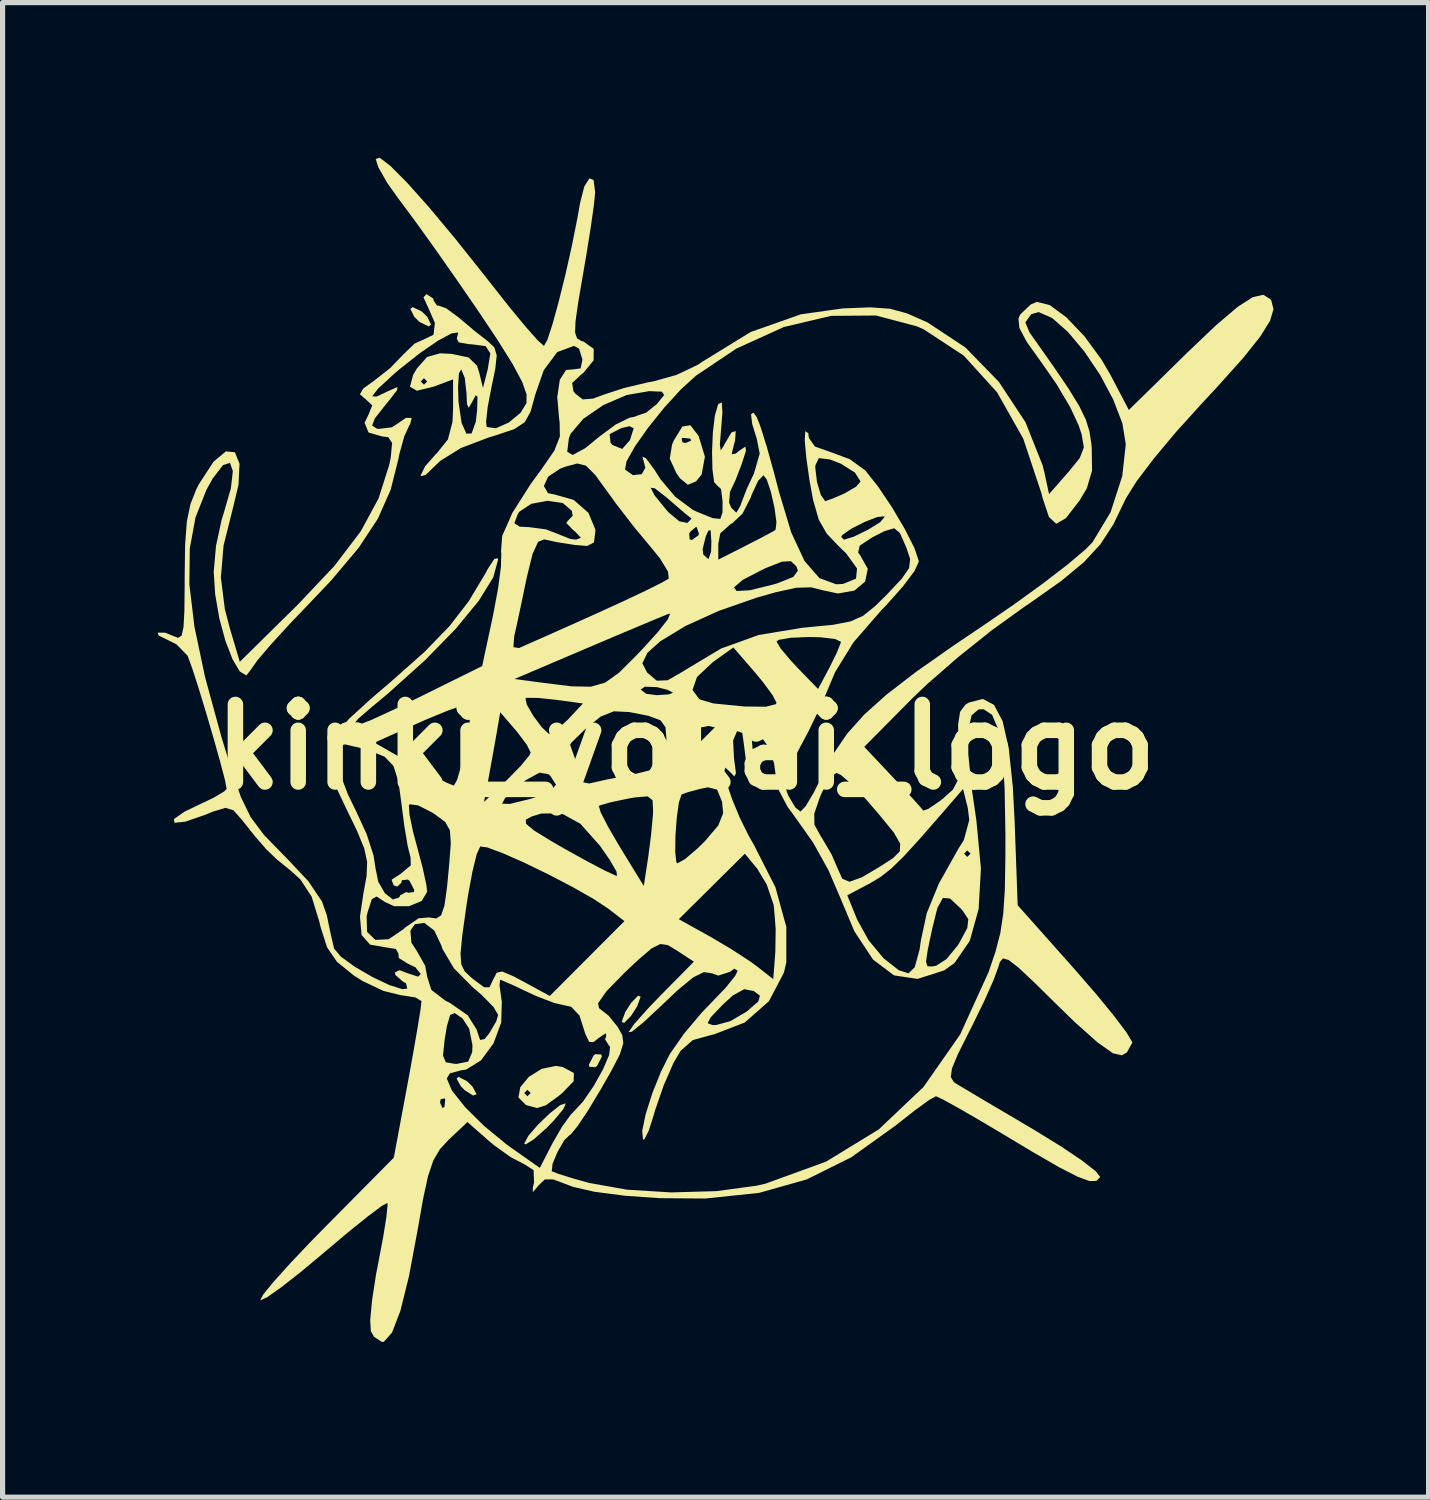
<source format=kicad_pcb>
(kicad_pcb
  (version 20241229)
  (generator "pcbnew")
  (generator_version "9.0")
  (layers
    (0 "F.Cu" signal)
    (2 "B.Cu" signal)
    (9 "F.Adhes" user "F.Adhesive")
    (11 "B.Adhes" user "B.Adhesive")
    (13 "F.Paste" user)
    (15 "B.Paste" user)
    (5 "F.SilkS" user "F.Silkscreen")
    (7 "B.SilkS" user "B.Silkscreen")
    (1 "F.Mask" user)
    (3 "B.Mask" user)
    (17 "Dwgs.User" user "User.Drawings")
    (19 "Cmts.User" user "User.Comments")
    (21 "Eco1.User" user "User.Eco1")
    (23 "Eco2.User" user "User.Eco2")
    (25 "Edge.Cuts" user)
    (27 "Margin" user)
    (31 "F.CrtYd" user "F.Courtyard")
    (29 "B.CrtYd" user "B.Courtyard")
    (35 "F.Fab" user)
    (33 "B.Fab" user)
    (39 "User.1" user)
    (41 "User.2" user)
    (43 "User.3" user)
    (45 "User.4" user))
  (footprint "kinki_yokai_logo"
    (layer "F.Cu")
    (at 10.218 11.398)
    (property "Reference" "kinki_yokai_logo" (at 0 0 0) (layer "F.SilkS") (effects (font (size 1.5 1.5) (thickness 0.3))))
    (attr board_only exclude_from_pos_files exclude_from_bom)
    (fp_poly (pts (xy -5.109 -8.422) (xy -5.005 -8.321) (xy -4.93 -8.17) (xy -4.974 -8.133) (xy -5.151 -8.219) (xy -5.255 -8.321) (xy -5.33 -8.472) (xy -5.286 -8.508)) (stroke (width 0) (type solid)) (fill yes) (layer "F.SilkS"))
    (fp_poly (pts (xy -4.232 6.467) (xy -4.129 6.569) (xy -4.048 6.719) (xy -4.12 6.742) (xy -4.28 6.639) (xy -4.353 6.564) (xy -4.436 6.417) (xy -4.4 6.381)) (stroke (width 0) (type solid)) (fill yes) (layer "F.SilkS"))
    (fp_poly (pts (xy -1.636 5.949) (xy -1.627 5.991) (xy -1.718 6.168) (xy -1.752 6.194) (xy -1.867 6.188) (xy -1.877 6.146) (xy -1.786 5.969) (xy -1.752 5.943)) (stroke (width 0) (type solid)) (fill yes) (layer "F.SilkS"))
    (fp_poly (pts (xy -0.876 4.832) (xy -0.945 5.021) (xy -1.06 5.2) (xy -1.196 5.339) (xy -1.243 5.318) (xy -1.174 5.129) (xy -1.06 4.95) (xy -0.924 4.811)) (stroke (width 0) (type solid)) (fill yes) (layer "F.SilkS"))
    (fp_poly (pts (xy -2.371 7.005) (xy -2.555 7.226) (xy -2.697 7.372) (xy -2.944 7.591) (xy -3.1 7.688) (xy -3.128 7.673) (xy -3.05 7.525) (xy -2.862 7.307) (xy -2.631 7.085) (xy -2.428 6.926) (xy -2.323 6.894)) (stroke (width 0) (type solid)) (fill yes) (layer "F.SilkS"))
    (fp_poly (pts (xy -2.383 6.192) (xy -2.168 6.307) (xy -2.172 6.467) (xy -2.398 6.7) (xy -2.457 6.748) (xy -2.712 6.933) (xy -2.882 6.985) (xy -3.074 6.933) (xy -3.097 6.924) (xy -3.24 6.78) (xy -3.224 6.694) (xy -3.128 6.694) (xy -3.066 6.757) (xy -3.003 6.694) (xy -3.066 6.632) (xy -3.128 6.694) (xy -3.224 6.694) (xy -3.204 6.582) (xy -3.039 6.382) (xy -2.792 6.227) (xy -2.514 6.17)) (stroke (width 0) (type solid)) (fill yes) (layer "F.SilkS"))
    (fp_poly (pts (xy 0.246 -6.014) (xy 0.367 -5.614) (xy 0.304 -5.27) (xy 0.196 -5.137) (xy 0.038 -5.071) (xy -0.115 -5.196) (xy -0.184 -5.294) (xy -0.313 -5.575) (xy -0.268 -5.849) (xy -0.234 -5.928) (xy -0.212 -5.964) (xy -0.083 -5.964) (xy -0.066 -5.89) (xy 0 -5.881) (xy 0.103 -5.927) (xy 0.083 -5.964) (xy -0.065 -5.979) (xy -0.083 -5.964) (xy -0.212 -5.964) (xy -0.069 -6.197) (xy 0.085 -6.223)) (stroke (width 0) (type solid)) (fill yes) (layer "F.SilkS"))
    (fp_poly (pts (xy -5.719 -11.241) (xy -5.396 -10.917) (xy -4.973 -10.443) (xy -4.468 -9.838) (xy -3.894 -9.118) (xy -3.785 -8.978) (xy -3.416 -8.511) (xy -3.099 -8.126) (xy -2.865 -7.863) (xy -2.748 -7.758) (xy -2.745 -7.758) (xy -2.681 -7.871) (xy -2.581 -8.177) (xy -2.459 -8.621) (xy -2.328 -9.149) (xy -2.203 -9.709) (xy -2.096 -10.246) (xy -2.048 -10.52) (xy -1.966 -10.841) (xy -1.867 -10.998) (xy -1.786 -10.967) (xy -1.756 -10.729) (xy -1.779 -10.49) (xy -1.838 -10.072) (xy -1.922 -9.543) (xy -1.985 -9.174) (xy -2.083 -8.603) (xy -2.136 -8.231) (xy -2.144 -8.013) (xy -2.106 -7.903) (xy -2.023 -7.853) (xy -1.98 -7.841) (xy -1.784 -7.7) (xy -1.786 -7.477) (xy -1.982 -7.237) (xy -2.022 -7.207) (xy -2.201 -7.039) (xy -2.177 -6.884) (xy -2.14 -6.834) (xy -1.996 -6.722) (xy -1.795 -6.738) (xy -1.588 -6.815) (xy -1.202 -6.941) (xy -0.741 -7.051) (xy -0.628 -7.071) (xy -0.182 -7.196) (xy 0.228 -7.391) (xy 0.311 -7.447) (xy 1.25 -8.025) (xy 2.223 -8.368) (xy 3.032 -8.482) (xy 3.562 -8.503) (xy 3.943 -8.477) (xy 4.275 -8.387) (xy 4.658 -8.218) (xy 4.678 -8.208) (xy 5.406 -7.727) (xy 6.053 -7.062) (xy 6.568 -6.281) (xy 6.9 -5.446) (xy 6.938 -5.292) (xy 7.024 -4.891) (xy 7.394 -5.312) (xy 7.618 -5.588) (xy 7.697 -5.794) (xy 7.655 -6.043) (xy 7.597 -6.219) (xy 7.433 -6.572) (xy 7.169 -7.017) (xy 6.882 -7.43) (xy 6.592 -7.836) (xy 6.45 -8.105) (xy 6.432 -8.287) (xy 6.465 -8.363) (xy 6.669 -8.558) (xy 6.789 -8.609) (xy 7.039 -8.546) (xy 7.361 -8.308) (xy 7.71 -7.941) (xy 8.039 -7.492) (xy 8.209 -7.201) (xy 8.567 -6.518) (xy 9.709 -7.638) (xy 10.26 -8.162) (xy 10.671 -8.511) (xy 10.966 -8.701) (xy 11.169 -8.746) (xy 11.305 -8.66) (xy 11.324 -8.632) (xy 11.365 -8.467) (xy 11.299 -8.244) (xy 11.109 -7.938) (xy 10.778 -7.523) (xy 10.288 -6.976) (xy 9.983 -6.648) (xy 9.487 -6.1) (xy 9.051 -5.579) (xy 8.712 -5.131) (xy 8.509 -4.806) (xy 8.493 -4.772) (xy 8.267 -4.303) (xy 8.017 -3.92) (xy 7.696 -3.572) (xy 7.259 -3.21) (xy 6.657 -2.785) (xy 6.534 -2.702) (xy 5.917 -2.257) (xy 5.259 -1.732) (xy 4.659 -1.208) (xy 4.383 -0.944) (xy 3.449 -0.002) (xy 4.008 0.591) (xy 4.298 0.901) (xy 4.509 1.133) (xy 4.592 1.232) (xy 4.694 1.195) (xy 4.915 1.044) (xy 4.967 1.004) (xy 5.165 0.825) (xy 5.263 0.636) (xy 5.289 0.35) (xy 5.275 -0.001) (xy 5.264 -0.43) (xy 5.303 -0.679) (xy 5.407 -0.818) (xy 5.47 -0.857) (xy 5.742 -0.929) (xy 5.959 -0.814) (xy 6.125 -0.5) (xy 6.245 0.029) (xy 6.324 0.783) (xy 6.358 1.437) (xy 6.417 3.062) (xy 7.525 4.308) (xy 7.936 4.782) (xy 8.278 5.199) (xy 8.52 5.52) (xy 8.63 5.704) (xy 8.633 5.721) (xy 8.532 5.906) (xy 8.435 5.965) (xy 8.261 5.926) (xy 7.96 5.714) (xy 7.521 5.322) (xy 7.18 4.991) (xy 6.734 4.551) (xy 6.431 4.267) (xy 6.242 4.121) (xy 6.133 4.091) (xy 6.074 4.158) (xy 6.044 4.254) (xy 5.949 4.512) (xy 5.771 4.913) (xy 5.544 5.379) (xy 5.493 5.479) (xy 5.265 5.933) (xy 5.146 6.218) (xy 5.123 6.385) (xy 5.183 6.483) (xy 5.233 6.517) (xy 5.419 6.628) (xy 5.77 6.837) (xy 6.236 7.112) (xy 6.757 7.42) (xy 7.256 7.727) (xy 7.658 7.998) (xy 7.923 8.204) (xy 8.013 8.318) (xy 8.012 8.321) (xy 7.94 8.395) (xy 7.806 8.397) (xy 7.576 8.313) (xy 7.221 8.131) (xy 6.708 7.835) (xy 6.245 7.557) (xy 5.731 7.251) (xy 5.296 6.999) (xy 4.984 6.826) (xy 4.838 6.757) (xy 4.835 6.757) (xy 4.703 6.83) (xy 4.436 7.024) (xy 4.088 7.297) (xy 4.06 7.32) (xy 3.199 7.937) (xy 2.336 8.366) (xy 1.414 8.626) (xy 0.374 8.735) (xy -0.5 8.729) (xy -1.184 8.681) (xy -1.767 8.605) (xy -2.183 8.51) (xy -2.262 8.48) (xy -2.563 8.366) (xy -2.728 8.365) (xy -2.849 8.479) (xy -2.859 8.492) (xy -2.962 8.613) (xy -2.961 8.521) (xy -2.938 8.425) (xy -2.946 8.206) (xy -2.596 8.206) (xy -2.594 8.208) (xy -2.46 8.261) (xy -2.157 8.354) (xy -1.87 8.434) (xy -1.141 8.564) (xy -0.285 8.617) (xy 0.586 8.592) (xy 1.361 8.488) (xy 1.54 8.447) (xy 2.71 8.022) (xy 3.729 7.399) (xy 4.594 6.579) (xy 5.303 5.565) (xy 5.852 4.36) (xy 5.856 4.35) (xy 5.99 3.954) (xy 6.081 3.601) (xy 6.138 3.226) (xy 6.168 2.766) (xy 6.179 2.159) (xy 6.18 1.689) (xy 6.164 0.789) (xy 6.119 0.117) (xy 6.039 -0.346) (xy 5.921 -0.622) (xy 5.759 -0.729) (xy 5.661 -0.726) (xy 5.526 -0.613) (xy 5.46 -0.328) (xy 5.462 0.148) (xy 5.533 0.834) (xy 5.618 1.422) (xy 5.706 2.35) (xy 5.662 3.134) (xy 5.49 3.752) (xy 5.194 4.181) (xy 4.994 4.323) (xy 4.481 4.487) (xy 4.025 4.419) (xy 3.619 4.113) (xy 3.258 3.566) (xy 2.986 2.919) (xy 2.965 2.87) (xy 3.121 2.87) (xy 3.314 3.343) (xy 3.533 3.739) (xy 3.821 4.086) (xy 4.117 4.319) (xy 4.306 4.379) (xy 4.427 4.26) (xy 4.455 4.155) (xy 4.644 4.155) (xy 4.672 4.244) (xy 4.767 4.246) (xy 4.842 4.232) (xy 5.04 4.103) (xy 5.258 3.839) (xy 5.294 3.779) (xy 5.443 3.501) (xy 5.462 3.332) (xy 5.354 3.168) (xy 5.313 3.123) (xy 5.109 2.932) (xy 4.97 2.921) (xy 4.864 3.115) (xy 4.765 3.51) (xy 4.677 3.929) (xy 4.644 4.155) (xy 4.455 4.155) (xy 4.519 3.921) (xy 4.545 3.743) (xy 4.658 3.216) (xy 4.89 2.648) (xy 5.216 2.065) (xy 5.38 2.065) (xy 5.443 2.127) (xy 5.505 2.065) (xy 5.443 2.002) (xy 5.38 2.065) (xy 5.216 2.065) (xy 5.266 1.976) (xy 5.375 1.802) (xy 5.481 1.413) (xy 5.451 1.177) (xy 5.36 0.814) (xy 4.964 1.273) (xy 4.527 1.773) (xy 4.21 2.12) (xy 3.971 2.353) (xy 3.771 2.511) (xy 3.568 2.634) (xy 3.528 2.655) (xy 3.121 2.87) (xy 2.965 2.87) (xy 2.757 2.385) (xy 2.462 1.854) (xy 2.221 1.511) (xy 2.063 1.291) (xy 2.482 1.291) (xy 2.485 1.504) (xy 2.607 1.725) (xy 2.625 1.752) (xy 2.818 2.08) (xy 2.932 2.346) (xy 3.024 2.549) (xy 3.164 2.608) (xy 3.404 2.522) (xy 3.76 2.311) (xy 4.006 2.151) (xy 4.137 2.02) (xy 4.144 1.868) (xy 4.017 1.65) (xy 3.745 1.317) (xy 3.491 1.022) (xy 3.22 0.733) (xy 3 0.544) (xy 2.91 0.5) (xy 2.786 0.606) (xy 2.636 0.868) (xy 2.592 0.97) (xy 2.482 1.291) (xy 2.063 1.291) (xy 1.964 1.155) (xy 1.794 0.832) (xy 1.752 0.667) (xy 1.705 0.316) (xy 1.59 -0.008) (xy 1.443 -0.216) (xy 1.364 -0.25) (xy 1.275 -0.142) (xy 1.296 0.131) (xy 1.32 0.387) (xy 1.254 0.439) (xy 1.249 0.437) (xy 1.161 0.269) (xy 1.126 -0.015) (xy 1.09 -0.271) (xy 0.99 -0.306) (xy 0.912 -0.124) (xy 0.93 0.223) (xy 0.932 0.233) (xy 0.968 0.51) (xy 0.935 0.57) (xy 0.87 0.5) (xy 0.762 0.399) (xy 0.739 0.48) (xy 0.787 0.698) (xy 0.892 1.007) (xy 1.038 1.361) (xy 1.211 1.713) (xy 1.315 1.894) (xy 1.731 2.715) (xy 1.942 3.482) (xy 1.942 4.168) (xy 1.895 4.367) (xy 1.606 4.918) (xy 1.137 5.331) (xy 0.54 5.561) (xy 0.501 5.568) (xy 0.132 5.671) (xy -0.103 5.878) (xy -0.241 6.112) (xy -0.429 6.544) (xy -0.596 7.026) (xy -0.621 7.114) (xy -0.72 7.424) (xy -0.803 7.588) (xy -0.83 7.595) (xy -0.846 7.428) (xy -0.779 7.105) (xy -0.65 6.698) (xy -0.482 6.279) (xy -0.313 5.943) (xy -0.044 5.556) (xy 0.133 5.344) (xy 0.419 5.344) (xy 0.512 5.379) (xy 0.58 5.38) (xy 0.857 5.305) (xy 1.169 5.123) (xy 1.185 5.111) (xy 1.4 4.923) (xy 1.431 4.812) (xy 1.312 4.721) (xy 1.126 4.686) (xy 0.903 4.81) (xy 0.707 4.991) (xy 0.479 5.23) (xy 0.419 5.344) (xy 0.133 5.344) (xy 0.309 5.136) (xy 0.49 4.948) (xy 0.769 4.658) (xy 0.955 4.425) (xy 1.001 4.329) (xy 0.935 4.288) (xy 0.857 4.348) (xy 0.626 4.423) (xy 0.499 4.378) (xy 0.347 4.356) (xy 0.141 4.457) (xy -0.159 4.704) (xy -0.421 4.952) (xy -0.816 5.322) (xy -1.046 5.508) (xy -1.11 5.518) (xy -1.002 5.361) (xy -0.719 5.044) (xy -0.486 4.802) (xy 0.154 4.154) (xy -0.175 3.938) (xy -0.351 3.833) (xy -0.494 3.812) (xy -0.664 3.897) (xy -0.918 4.114) (xy -1.176 4.356) (xy -1.534 4.722) (xy -1.7 4.959) (xy -1.681 5.053) (xy -1.494 5.199) (xy -1.319 5.417) (xy -1.23 5.577) (xy -1.212 5.735) (xy -1.279 5.949) (xy -1.449 6.276) (xy -1.641 6.612) (xy -1.889 7.024) (xy -2.096 7.335) (xy -2.228 7.496) (xy -2.248 7.507) (xy -2.352 7.605) (xy -2.481 7.827) (xy -2.58 8.063) (xy -2.596 8.206) (xy -2.946 8.206) (xy -2.947 8.186) (xy -3.131 8.069) (xy -3.39 7.935) (xy -3.713 7.703) (xy -3.811 7.621) (xy -4.226 7.256) (xy -4.592 7.601) (xy -4.76 7.783) (xy -4.886 7.998) (xy -4.988 8.3) (xy -5.085 8.745) (xy -5.186 9.322) (xy -5.357 10.238) (xy -5.523 10.907) (xy -5.685 11.328) (xy -5.843 11.505) (xy -5.878 11.511) (xy -6.033 11.41) (xy -6.095 11.301) (xy -6.107 11.089) (xy -6.071 10.702) (xy -5.995 10.208) (xy -5.951 9.981) (xy -5.857 9.486) (xy -5.794 9.093) (xy -5.771 8.86) (xy -5.776 8.821) (xy -5.884 8.879) (xy -6.142 9.072) (xy -6.513 9.37) (xy -6.959 9.745) (xy -6.993 9.774) (xy -7.444 10.151) (xy -7.827 10.451) (xy -8.102 10.645) (xy -8.231 10.703) (xy -8.234 10.702) (xy -8.177 10.592) (xy -7.97 10.339) (xy -7.642 9.975) (xy -7.222 9.533) (xy -6.979 9.286) (xy -5.651 7.945) (xy -5.452 6.882) (xy -4.755 6.882) (xy -4.709 6.985) (xy -4.671 6.965) (xy -4.656 6.817) (xy -4.671 6.798) (xy -4.746 6.816) (xy -4.755 6.882) (xy -5.452 6.882) (xy -5.377 6.478) (xy -5.365 6.413) (xy -4.626 6.413) (xy -4.528 6.644) (xy -4.272 6.967) (xy -3.906 7.33) (xy -3.477 7.682) (xy -3.384 7.75) (xy -2.826 8.143) (xy -2.583 7.669) (xy -2.394 7.342) (xy -2.223 7.107) (xy -2.184 7.069) (xy -1.991 6.86) (xy -1.785 6.56) (xy -1.604 6.237) (xy -1.486 5.96) (xy -1.467 5.798) (xy -1.485 5.782) (xy -1.564 5.657) (xy -1.541 5.589) (xy -1.548 5.538) (xy -1.664 5.613) (xy -1.791 5.711) (xy -1.872 5.705) (xy -1.946 5.551) (xy -2.056 5.206) (xy -2.061 5.193) (xy -2.22 5.026) (xy -2.317 5.005) (xy -2.545 4.953) (xy -2.887 4.822) (xy -3.033 4.755) (xy -3.35 4.606) (xy -3.557 4.516) (xy -3.595 4.504) (xy -3.605 4.612) (xy -3.57 4.877) (xy -3.561 4.927) (xy -3.573 5.33) (xy -3.722 5.734) (xy -3.964 6.063) (xy -4.252 6.241) (xy -4.348 6.255) (xy -4.566 6.314) (xy -4.626 6.413) (xy -5.365 6.413) (xy -5.284 5.968) (xy -4.699 5.968) (xy -4.644 6.1) (xy -4.466 6.131) (xy -4.434 6.131) (xy -4.212 6.087) (xy -4.134 5.903) (xy -4.129 5.771) (xy -4.192 5.452) (xy -4.32 5.253) (xy -4.471 5.148) (xy -4.56 5.183) (xy -4.623 5.398) (xy -4.667 5.662) (xy -4.699 5.968) (xy -5.284 5.968) (xy -5.272 5.898) (xy -5.187 5.411) (xy -5.132 5.066) (xy -5.115 4.916) (xy -5.234 4.845) (xy -5.503 4.803) (xy -5.518 4.802) (xy -5.855 4.718) (xy -6.256 4.527) (xy -6.425 4.42) (xy -6.751 4.155) (xy -6.943 3.874) (xy -7.071 3.468) (xy -7.09 3.384) (xy -7.239 2.898) (xy -7.458 2.562) (xy -7.651 2.388) (xy -7.911 2.177) (xy -8.115 1.982) (xy -8.336 1.728) (xy -8.596 1.401) (xy -8.753 1.225) (xy -8.904 1.178) (xy -9.147 1.25) (xy -9.302 1.314) (xy -9.685 1.446) (xy -9.892 1.467) (xy -9.905 1.397) (xy -9.702 1.254) (xy -9.478 1.146) (xy -9.143 0.986) (xy -8.927 0.858) (xy -8.884 0.811) (xy -8.918 0.634) (xy -9.01 0.284) (xy -9.138 -0.172) (xy -9.284 -0.67) (xy -9.428 -1.142) (xy -9.551 -1.524) (xy -9.634 -1.749) (xy -9.643 -1.768) (xy -9.855 -1.985) (xy -10.019 -2.067) (xy -10.199 -2.155) (xy -10.218 -2.211) (xy -10.073 -2.21) (xy -9.927 -2.15) (xy -9.823 -2.11) (xy -9.756 -2.152) (xy -9.718 -2.316) (xy -9.701 -2.642) (xy -9.696 -3.145) (xy -9.605 -3.145) (xy -9.507 -2.325) (xy -9.302 -1.353) (xy -8.987 -0.2) (xy -8.796 0.426) (xy -8.61 0.965) (xy -8.42 1.357) (xy -8.163 1.701) (xy -7.782 2.093) (xy -7.758 2.115) (xy -7.305 2.596) (xy -7.04 2.989) (xy -6.947 3.253) (xy -6.873 3.612) (xy -6.808 3.889) (xy -6.804 3.902) (xy -6.676 4.055) (xy -6.408 4.25) (xy -6.072 4.446) (xy -5.74 4.605) (xy -5.485 4.686) (xy -5.389 4.674) (xy -5.415 4.571) (xy -5.474 4.539) (xy -5.619 4.412) (xy -5.631 4.364) (xy -5.541 4.318) (xy -5.38 4.379) (xy -5.179 4.444) (xy -5.13 4.392) (xy -5.233 4.262) (xy -5.382 4.191) (xy -5.553 4.083) (xy -5.562 3.995) (xy -5.611 3.908) (xy -5.796 3.879) (xy -6.109 3.824) (xy -6.274 3.637) (xy -6.305 3.284) (xy -6.304 3.274) (xy -6.176 3.274) (xy -6.168 3.577) (xy -6.007 3.732) (xy -5.751 3.72) (xy -5.506 3.554) (xy -5.33 3.554) (xy -5.31 3.787) (xy -5.205 3.947) (xy -5.044 4.231) (xy -5.005 4.445) (xy -4.924 4.7) (xy -4.651 4.909) (xy -4.566 4.951) (xy -4.222 5.19) (xy -4.051 5.462) (xy -3.982 5.668) (xy -3.895 5.651) (xy -3.806 5.541) (xy -3.667 5.305) (xy -3.633 5.182) (xy -3.721 5.032) (xy -3.95 4.798) (xy -4.126 4.647) (xy -4.487 4.283) (xy -4.656 3.997) (xy -4.36 3.997) (xy -4.345 4.207) (xy -4.278 4.343) (xy -4.152 4.461) (xy -4.115 4.491) (xy -3.903 4.649) (xy -3.8 4.649) (xy -3.729 4.501) (xy -3.661 4.367) (xy -3.553 4.344) (xy -3.335 4.437) (xy -3.137 4.543) (xy -2.633 4.817) (xy -1.911 4.093) (xy -1.189 3.369) (xy -1.238 3.332) (xy -0.138 3.332) (xy 0.463 3.666) (xy 0.87 3.906) (xy 1.236 4.144) (xy 1.376 4.246) (xy 1.689 4.492) (xy 1.729 3.969) (xy 1.736 3.523) (xy 1.703 3.102) (xy 1.694 3.046) (xy 1.562 2.659) (xy 1.379 2.355) (xy 1.14 2.065) (xy 0.501 2.698) (xy -0.138 3.332) (xy -1.238 3.332) (xy -1.501 3.129) (xy -1.79 2.938) (xy -2.195 2.708) (xy -2.659 2.466) (xy -3.126 2.239) (xy -3.54 2.056) (xy -3.845 1.943) (xy -3.98 1.925) (xy -4.046 2.072) (xy -4.129 2.407) (xy -4.215 2.871) (xy -4.253 3.121) (xy -4.327 3.654) (xy -4.36 3.997) (xy -4.656 3.997) (xy -4.708 3.91) (xy -4.729 3.844) (xy -4.868 3.551) (xy -5.061 3.403) (xy -5.245 3.43) (xy -5.33 3.554) (xy -5.506 3.554) (xy -5.462 3.524) (xy -5.436 3.496) (xy -5.171 3.315) (xy -4.971 3.298) (xy -4.829 3.318) (xy -4.735 3.257) (xy -4.671 3.07) (xy -4.621 2.712) (xy -4.581 2.294) (xy -4.548 1.868) (xy -4.565 1.613) (xy -4.656 1.452) (xy -4.718 1.406) (xy -3.097 1.406) (xy -3.093 1.487) (xy -2.94 1.615) (xy -2.61 1.818) (xy -2.351 1.968) (xy -1.92 2.207) (xy -1.572 2.39) (xy -1.362 2.487) (xy -1.333 2.495) (xy -1.344 2.409) (xy -1.477 2.179) (xy -1.666 1.908) (xy -2.042 1.486) (xy -2.404 1.286) (xy -2.797 1.288) (xy -2.981 1.344) (xy -3.097 1.406) (xy -4.718 1.406) (xy -4.847 1.309) (xy -4.914 1.266) (xy -5.155 1.143) (xy -1.685 1.143) (xy -1.649 1.265) (xy -1.508 1.54) (xy -1.292 1.911) (xy -1.274 1.941) (xy -0.815 2.69) (xy -0.729 2.127) (xy -0.717 2.032) (xy -0.207 2.032) (xy -0.186 2.227) (xy -0.166 2.252) (xy -0.017 2.169) (xy 0.229 1.959) (xy 0.367 1.823) (xy 0.626 1.519) (xy 0.72 1.28) (xy 0.699 1.06) (xy 0.603 0.826) (xy 0.426 0.781) (xy 0.276 0.811) (xy 0.023 0.88) (xy -0.085 0.92) (xy -0.136 1.073) (xy -0.177 1.368) (xy -0.203 1.717) (xy -0.207 2.032) (xy -0.717 2.032) (xy -0.674 1.7) (xy -0.639 1.322) (xy -0.635 1.237) (xy -0.645 1.032) (xy -0.739 0.956) (xy -0.982 0.976) (xy -1.131 1.002) (xy -1.458 1.071) (xy -1.661 1.13) (xy -1.685 1.143) (xy -5.155 1.143) (xy -5.18 1.131) (xy -5.342 1.109) (xy -5.359 1.128) (xy -5.348 1.305) (xy -5.279 1.638) (xy -5.202 1.925) (xy -5.093 2.336) (xy -5.021 2.668) (xy -5.005 2.801) (xy -5.11 2.979) (xy -5.357 3.081) (xy -5.644 3.081) (xy -5.823 2.999) (xy -5.982 2.893) (xy -6.076 2.945) (xy -6.157 3.195) (xy -6.176 3.274) (xy -6.304 3.274) (xy -6.24 2.843) (xy -6.177 2.493) (xy -6.166 2.225) (xy -6.223 1.961) (xy -6.363 1.621) (xy -6.571 1.192) (xy -6.792 0.725) (xy -6.914 0.365) (xy -6.918 0.141) (xy -6.752 0.141) (xy -6.752 0.229) (xy -6.69 0.518) (xy -6.537 0.921) (xy -6.376 1.251) (xy -6.175 1.689) (xy -6.041 2.105) (xy -6.006 2.34) (xy -5.951 2.608) (xy -5.822 2.831) (xy -5.669 2.951) (xy -5.546 2.911) (xy -5.526 2.869) (xy -5.407 2.806) (xy -5.37 2.822) (xy -5.262 2.806) (xy -5.255 2.767) (xy -5.346 2.591) (xy -5.38 2.565) (xy -5.495 2.579) (xy -5.505 2.628) (xy -5.585 2.702) (xy -5.654 2.676) (xy -5.694 2.569) (xy -5.524 2.459) (xy -5.321 2.29) (xy -5.327 2.137) (xy -5.383 1.912) (xy -5.447 1.529) (xy -5.495 1.157) (xy -5.503 1.098) (xy -3.556 1.098) (xy -3.405 1.102) (xy -3.033 1.011) (xy -2.972 0.994) (xy -2.625 0.866) (xy -2.514 0.729) (xy -2.623 0.559) (xy -2.659 0.528) (xy -2.831 0.497) (xy -3.096 0.642) (xy -3.248 0.763) (xy -3.499 0.989) (xy -3.556 1.098) (xy -5.503 1.098) (xy -5.507 1.064) (xy -3.906 1.064) (xy -3.454 0.632) (xy -3.194 0.366) (xy -3.031 0.167) (xy -3.003 0.108) (xy -3.008 0.098) (xy -2.32 0.098) (xy -2.295 0.285) (xy -2.239 0.418) (xy -2.075 0.665) (xy -1.872 0.708) (xy -1.822 0.696) (xy -1.53 0.63) (xy -1.14 0.557) (xy -1.064 0.544) (xy -0.662 0.443) (xy -0.454 0.269) (xy -0.439 0.207) (xy 0.002 0.207) (xy 0.076 0.313) (xy 0.254 0.278) (xy 0.456 0.138) (xy 0.602 -0.06) (xy 0.668 -0.28) (xy 0.558 -0.378) (xy 0.439 -0.406) (xy 0.176 -0.357) (xy 0.032 -0.088) (xy 0.002 0.207) (xy -0.439 0.207) (xy -0.381 -0.036) (xy -0.377 -0.16) (xy -0.396 -0.382) (xy -0.493 -0.516) (xy -0.728 -0.603) (xy -1.099 -0.675) (xy -1.395 -0.689) (xy -1.653 -0.585) (xy -1.954 -0.339) (xy -2.217 -0.082) (xy -2.32 0.098) (xy -3.008 0.098) (xy -3.077 -0.041) (xy -3.26 -0.284) (xy -3.298 -0.329) (xy -3.592 -0.671) (xy -3.677 -0.179) (xy -3.754 0.253) (xy -3.827 0.653) (xy -3.834 0.688) (xy -3.906 1.064) (xy -5.507 1.064) (xy -5.561 0.669) (xy -5.657 0.368) (xy -5.826 0.19) (xy -6.113 0.071) (xy -6.287 0.022) (xy -6.59 -0.049) (xy -6.722 -0.02) (xy -6.752 0.141) (xy -6.918 0.141) (xy -6.919 0.064) (xy -6.854 -0.083) (xy -6.025 -0.083) (xy -5.296 0.332) (xy -4.916 0.543) (xy -4.626 0.693) (xy -4.489 0.749) (xy -4.427 0.638) (xy -4.341 0.346) (xy -4.262 -0.012) (xy -4.192 -0.419) (xy -4.159 -0.717) (xy -4.168 -0.832) (xy -4.3 -0.811) (xy -4.601 -0.705) (xy -5.011 -0.536) (xy -5.125 -0.486) (xy -6.025 -0.083) (xy -6.854 -0.083) (xy -6.792 -0.224) (xy -6.515 -0.546) (xy -6.071 -0.95) (xy -5.701 -1.266) (xy -5.059 -1.836) (xy -4.576 -2.334) (xy -4.2 -2.82) (xy -3.878 -3.358) (xy -3.834 -3.441) (xy -3.706 -3.637) (xy -3.637 -3.649) (xy -3.634 -3.622) (xy -3.727 -3.28) (xy -4.008 -2.826) (xy -4.454 -2.284) (xy -5.045 -1.679) (xy -5.758 -1.037) (xy -6.066 -0.781) (xy -6.333 -0.552) (xy -6.435 -0.43) (xy -6.36 -0.417) (xy -6.097 -0.517) (xy -5.634 -0.73) (xy -5.202 -0.941) (xy -3.104 -0.941) (xy -3.078 -0.818) (xy -2.951 -0.599) (xy -2.789 -0.381) (xy -2.655 -0.256) (xy -2.635 -0.25) (xy -2.496 -0.333) (xy -2.281 -0.532) (xy -2.268 -0.546) (xy -1.991 -0.841) (xy -2.526 -0.913) (xy -2.862 -0.948) (xy -3.074 -0.95) (xy -3.104 -0.941) (xy -5.202 -0.941) (xy -5.13 -0.976) (xy -4.862 -1.109) (xy -0.876 -1.109) (xy -0.769 -1.028) (xy -0.563 -1.001) (xy -0.328 -1.017) (xy -0.25 -1.049) (xy -0.353 -1.103) (xy 0.127 -1.103) (xy 0.262 -0.92) (xy 0.532 -0.841) (xy 1.135 -0.782) (xy 1.545 -0.778) (xy 1.739 -0.827) (xy 1.752 -0.855) (xy 1.676 -1.002) (xy 1.483 -1.264) (xy 1.335 -1.442) (xy 0.918 -1.924) (xy 0.522 -1.642) (xy 0.214 -1.353) (xy 0.127 -1.103) (xy -0.353 -1.103) (xy -0.357 -1.105) (xy -0.563 -1.157) (xy -0.796 -1.165) (xy -0.876 -1.109) (xy -4.862 -1.109) (xy -4.448 -1.314) (xy -3.316 -1.314) (xy -2.753 -1.239) (xy -2.212 -1.172) (xy -1.841 -1.165) (xy -1.562 -1.244) (xy -1.295 -1.435) (xy -1.11 -1.619) (xy -0.843 -1.619) (xy -0.751 -1.439) (xy -0.564 -1.281) (xy -0.351 -1.29) (xy -0.04 -1.47) (xy -0.019 -1.485) (xy 0.681 -1.904) (xy 1.057 -2.039) (xy 1.752 -2.039) (xy 1.832 -1.904) (xy 2.034 -1.665) (xy 2.154 -1.536) (xy 2.556 -1.121) (xy 2.774 -1.53) (xy 2.919 -1.823) (xy 2.995 -2.016) (xy 2.998 -2.033) (xy 2.888 -2.087) (xy 2.603 -2.121) (xy 2.377 -2.127) (xy 2.02 -2.111) (xy 1.794 -2.071) (xy 1.752 -2.039) (xy 1.057 -2.039) (xy 1.404 -2.165) (xy 2.253 -2.305) (xy 2.332 -2.312) (xy 2.842 -2.362) (xy 3.181 -2.427) (xy 3.428 -2.537) (xy 3.661 -2.725) (xy 3.883 -2.944) (xy 4.174 -3.253) (xy 4.316 -3.458) (xy 4.337 -3.633) (xy 4.266 -3.85) (xy 4.257 -3.871) (xy 4.14 -4.137) (xy 4.029 -4.23) (xy 3.84 -4.174) (xy 3.608 -4.056) (xy 3.361 -3.893) (xy 3.331 -3.76) (xy 3.364 -3.718) (xy 3.517 -3.446) (xy 3.467 -3.199) (xy 3.259 -3.025) (xy 2.941 -2.968) (xy 2.667 -3.026) (xy 2.422 -3.087) (xy 2.136 -3.079) (xy 1.736 -2.992) (xy 1.367 -2.887) (xy 0.633 -2.631) (xy -0.008 -2.34) (xy -0.499 -2.042) (xy -0.745 -1.821) (xy -0.843 -1.619) (xy -1.11 -1.619) (xy -0.962 -1.766) (xy -0.841 -1.893) (xy -0.541 -2.224) (xy -0.354 -2.463) (xy -0.306 -2.574) (xy -0.337 -2.574) (xy -0.538 -2.492) (xy -0.913 -2.335) (xy -1.409 -2.126) (xy -1.939 -1.901) (xy -3.316 -1.314) (xy -4.448 -1.314) (xy -3.941 -1.564) (xy -3.863 -1.93) (xy -3.337 -1.93) (xy -3.229 -1.913) (xy -3.228 -1.913) (xy -3.054 -1.99) (xy -2.704 -2.145) (xy -2.231 -2.356) (xy -1.752 -2.571) (xy -1.221 -2.813) (xy -0.773 -3.025) (xy -0.649 -3.087) (xy 0.93 -3.087) (xy 0.98 -3.016) (xy 1.24 -3.031) (xy 1.698 -3.144) (xy 1.78 -3.169) (xy 2.078 -3.289) (xy 2.166 -3.41) (xy 2.134 -3.495) (xy 2.03 -3.593) (xy 1.857 -3.583) (xy 1.544 -3.46) (xy 1.505 -3.442) (xy 1.101 -3.233) (xy 0.93 -3.087) (xy -0.649 -3.087) (xy -0.459 -3.182) (xy -0.332 -3.256) (xy -0.348 -3.394) (xy -0.487 -3.623) (xy 0.626 -3.623) (xy 1.157 -3.892) (xy 1.478 -4.057) (xy 1.691 -4.172) (xy 1.733 -4.199) (xy 1.751 -4.344) (xy 1.714 -4.62) (xy 1.645 -4.929) (xy 1.563 -5.173) (xy 1.5 -5.255) (xy 1.397 -5.149) (xy 1.275 -4.887) (xy 1.253 -4.823) (xy 1.095 -4.514) (xy 0.895 -4.325) (xy 0.868 -4.314) (xy 0.665 -4.132) (xy 0.626 -3.93) (xy 0.626 -3.623) (xy -0.487 -3.623) (xy -0.501 -3.646) (xy -0.647 -3.825) (xy 0.323 -3.825) (xy 0.336 -3.722) (xy 0.436 -3.632) (xy 0.487 -3.778) (xy 0.492 -3.973) (xy 0.477 -4.193) (xy 0.434 -4.183) (xy 0.382 -4.067) (xy 0.323 -3.825) (xy -0.647 -3.825) (xy -0.654 -3.834) (xy -0.899 -4.129) (xy 0.063 -4.129) (xy 0.072 -4.014) (xy 0.118 -4.004) (xy 0.245 -4.095) (xy 0.25 -4.129) (xy 0.208 -4.251) (xy 0.195 -4.254) (xy 0.088 -4.167) (xy 0.063 -4.129) (xy -0.899 -4.129) (xy -0.985 -4.231) (xy -1.343 -4.694) (xy -1.5 -4.911) (xy -1.575 -5.014) (xy -0.682 -5.014) (xy -0.608 -4.869) (xy -0.38 -4.587) (xy -0.339 -4.54) (xy -0.128 -4.364) (xy 0.027 -4.333) (xy 0.108 -4.414) (xy 0.102 -4.423) (xy -0.008 -4.51) (xy -0.238 -4.707) (xy -0.364 -4.817) (xy -0.602 -5.003) (xy -0.682 -5.014) (xy -1.575 -5.014) (xy -1.755 -5.262) (xy -1.857 -5.364) (xy -1.178 -5.364) (xy -1.024 -5.257) (xy -0.855 -5.276) (xy -0.785 -5.4) (xy -0.796 -5.443) (xy -0.841 -5.614) (xy -0.774 -5.584) (xy -0.611 -5.365) (xy -0.492 -5.178) (xy -0.209 -4.841) (xy 0.135 -4.585) (xy 0.203 -4.553) (xy 0.519 -4.425) (xy 0.665 -4.411) (xy 0.707 -4.535) (xy 0.709 -4.749) (xy 0.679 -4.988) (xy 0.608 -5.056) (xy 0.605 -5.055) (xy 0.546 -5.122) (xy 0.513 -5.365) (xy 0.505 -5.71) (xy 0.521 -6.083) (xy 0.56 -6.412) (xy 0.621 -6.623) (xy 0.627 -6.632) (xy 0.693 -6.665) (xy 0.706 -6.47) (xy 0.684 -6.194) (xy 0.656 -5.852) (xy 0.672 -5.736) (xy 0.733 -5.826) (xy 0.743 -5.85) (xy 0.879 -6.082) (xy 0.962 -6.11) (xy 0.952 -5.933) (xy 0.929 -5.85) (xy 0.884 -5.661) (xy 0.96 -5.673) (xy 1.032 -5.73) (xy 1.15 -5.809) (xy 1.162 -5.731) (xy 1.081 -5.478) (xy 0.959 -5.161) (xy 0.858 -4.946) (xy 0.852 -4.936) (xy 0.835 -4.728) (xy 0.877 -4.627) (xy 0.976 -4.531) (xy 1.052 -4.661) (xy 1.063 -4.696) (xy 1.176 -4.99) (xy 1.316 -5.289) (xy 1.427 -5.673) (xy 1.372 -5.954) (xy 1.282 -6.246) (xy 1.259 -6.434) (xy 1.303 -6.468) (xy 1.371 -6.378) (xy 1.447 -6.181) (xy 1.565 -5.802) (xy 1.704 -5.303) (xy 1.799 -4.939) (xy 2.037 -4.148) (xy 2.295 -3.595) (xy 2.583 -3.265) (xy 2.908 -3.146) (xy 3.039 -3.153) (xy 3.29 -3.255) (xy 3.31 -3.452) (xy 3.099 -3.744) (xy 2.965 -3.873) (xy 2.783 -4.063) (xy 3.003 -4.063) (xy 3.057 -4.009) (xy 3.246 -4.067) (xy 3.521 -4.201) (xy 3.758 -4.347) (xy 3.844 -4.451) (xy 3.84 -4.46) (xy 3.704 -4.448) (xy 3.457 -4.352) (xy 3.197 -4.22) (xy 3.025 -4.1) (xy 3.003 -4.063) (xy 2.783 -4.063) (xy 2.725 -4.124) (xy 2.57 -4.395) (xy 2.461 -4.771) (xy 2.391 -5.151) (xy 2.356 -5.399) (xy 2.502 -5.399) (xy 2.535 -5.125) (xy 2.609 -4.874) (xy 2.693 -4.755) (xy 2.698 -4.755) (xy 2.83 -4.801) (xy 3.06 -4.9) (xy 3.292 -5.034) (xy 3.378 -5.135) (xy 3.269 -5.307) (xy 2.994 -5.48) (xy 2.784 -5.561) (xy 2.57 -5.586) (xy 2.504 -5.446) (xy 2.502 -5.399) (xy 2.356 -5.399) (xy 2.328 -5.595) (xy 2.298 -5.934) (xy 2.308 -6.102) (xy 2.311 -6.106) (xy 2.368 -6.067) (xy 2.377 -5.978) (xy 2.494 -5.811) (xy 2.795 -5.705) (xy 3.171 -5.565) (xy 3.47 -5.347) (xy 3.718 -5.035) (xy 3.987 -4.633) (xy 4.235 -4.213) (xy 4.421 -3.845) (xy 4.503 -3.599) (xy 4.504 -3.582) (xy 4.421 -3.402) (xy 4.198 -3.105) (xy 3.88 -2.747) (xy 3.776 -2.64) (xy 3.241 -2.024) (xy 2.885 -1.447) (xy 2.822 -1.297) (xy 2.625 -0.828) (xy 2.37 -0.3) (xy 2.221 -0.021) (xy 2.013 0.378) (xy 1.928 0.644) (xy 1.947 0.854) (xy 1.984 0.949) (xy 2.118 1.173) (xy 2.218 1.25) (xy 2.317 1.145) (xy 2.479 0.872) (xy 2.649 0.53) (xy 2.865 0.115) (xy 3.121 -0.26) (xy 3.45 -0.627) (xy 3.881 -1.013) (xy 4.447 -1.449) (xy 5.18 -1.963) (xy 5.708 -2.319) (xy 6.33 -2.745) (xy 6.904 -3.16) (xy 7.386 -3.531) (xy 7.731 -3.823) (xy 7.864 -3.958) (xy 8.213 -4.538) (xy 8.44 -5.24) (xy 8.508 -5.854) (xy 8.443 -6.256) (xy 8.267 -6.717) (xy 8.012 -7.195) (xy 7.709 -7.646) (xy 7.389 -8.028) (xy 7.083 -8.297) (xy 6.823 -8.411) (xy 6.68 -8.371) (xy 6.565 -8.213) (xy 6.647 -8.016) (xy 6.66 -7.998) (xy 7.093 -7.384) (xy 7.402 -6.93) (xy 7.608 -6.593) (xy 7.735 -6.331) (xy 7.806 -6.101) (xy 7.842 -5.862) (xy 7.849 -5.791) (xy 7.856 -5.344) (xy 7.753 -4.999) (xy 7.612 -4.764) (xy 7.35 -4.425) (xy 7.163 -4.317) (xy 7.022 -4.447) (xy 6.897 -4.821) (xy 6.877 -4.905) (xy 6.524 -5.965) (xy 6.019 -6.859) (xy 5.374 -7.569) (xy 4.604 -8.075) (xy 4.473 -8.134) (xy 3.678 -8.345) (xy 2.806 -8.338) (xy 1.893 -8.122) (xy 0.974 -7.704) (xy 0.194 -7.181) (xy -0.102 -6.911) (xy -0.424 -6.558) (xy -0.733 -6.173) (xy -0.988 -5.81) (xy -1.15 -5.522) (xy -1.178 -5.364) (xy -1.857 -5.364) (xy -1.934 -5.441) (xy -2.103 -5.483) (xy -2.329 -5.422) (xy -2.432 -5.383) (xy -2.664 -5.229) (xy -2.748 -5.047) (xy -2.669 -4.909) (xy -2.53 -4.88) (xy -2.173 -4.779) (xy -1.886 -4.529) (xy -1.753 -4.207) (xy -1.752 -4.171) (xy -1.779 -3.956) (xy -1.911 -3.887) (xy -2.158 -3.908) (xy -2.498 -3.962) (xy -2.742 -4.015) (xy -2.859 -3.968) (xy -2.967 -3.732) (xy -3.079 -3.277) (xy -3.084 -3.253) (xy -3.182 -2.783) (xy -3.269 -2.373) (xy -3.321 -2.143) (xy -3.337 -1.93) (xy -3.863 -1.93) (xy -3.727 -2.565) (xy -3.635 -3.059) (xy -3.579 -3.477) (xy -3.571 -3.744) (xy -3.577 -3.779) (xy -3.554 -4.082) (xy -3.446 -4.326) (xy -3.319 -4.326) (xy -3.213 -4.26) (xy -3.039 -4.252) (xy -2.709 -4.209) (xy -2.502 -4.129) (xy -2.235 -4.023) (xy -2.127 -4.01) (xy -2.031 -4.045) (xy -2.143 -4.165) (xy -2.182 -4.196) (xy -2.314 -4.331) (xy -2.28 -4.379) (xy -2.191 -4.47) (xy -2.207 -4.567) (xy -2.381 -4.718) (xy -2.676 -4.761) (xy -2.991 -4.703) (xy -3.224 -4.549) (xy -3.253 -4.504) (xy -3.319 -4.326) (xy -3.446 -4.326) (xy -3.357 -4.528) (xy -2.998 -5.093) (xy -2.795 -5.369) (xy -2.56 -5.71) (xy -2.296 -5.71) (xy -2.191 -5.647) (xy -1.945 -5.781) (xy -1.67 -6.006) (xy -1.61 -6.05) (xy -1.476 -6.05) (xy -1.458 -5.884) (xy -1.418 -5.839) (xy -1.232 -5.764) (xy -1.085 -5.932) (xy -1.077 -5.954) (xy -1.011 -6.164) (xy -1.091 -6.204) (xy -1.251 -6.167) (xy -1.476 -6.05) (xy -1.61 -6.05) (xy -1.361 -6.235) (xy -1.091 -6.368) (xy -1.016 -6.381) (xy -0.765 -6.469) (xy -0.563 -6.632) (xy -0.421 -6.807) (xy -0.465 -6.872) (xy -0.712 -6.882) (xy -1.146 -6.807) (xy -1.597 -6.613) (xy -1.985 -6.347) (xy -2.231 -6.057) (xy -2.265 -5.968) (xy -2.296 -5.71) (xy -2.56 -5.71) (xy -2.545 -5.731) (xy -2.438 -6.006) (xy -2.443 -6.285) (xy -2.452 -6.338) (xy -2.489 -6.767) (xy -2.439 -7.104) (xy -2.317 -7.292) (xy -2.188 -7.302) (xy -2.037 -7.322) (xy -2.002 -7.494) (xy -2.067 -7.704) (xy -2.166 -7.758) (xy -2.489 -7.638) (xy -2.75 -7.287) (xy -2.911 -6.826) (xy -3.005 -6.486) (xy -3.118 -6.281) (xy -3.316 -6.15) (xy -3.668 -6.03) (xy -3.816 -5.986) (xy -4.353 -5.781) (xy -4.752 -5.534) (xy -4.849 -5.441) (xy -5.032 -5.263) (xy -5.127 -5.237) (xy -5.13 -5.254) (xy -5.046 -5.427) (xy -4.84 -5.661) (xy -4.817 -5.682) (xy -4.604 -5.949) (xy -4.515 -6.288) (xy -4.504 -6.541) (xy -4.504 -6.957) (xy -4.408 -6.957) (xy -4.399 -6.676) (xy -4.34 -6.269) (xy -4.247 -6.061) (xy -4.146 -6.063) (xy -4.065 -6.289) (xy -4.039 -6.516) (xy -4.031 -6.773) (xy -4.066 -6.803) (xy -4.124 -6.694) (xy -4.201 -6.558) (xy -4.235 -6.63) (xy -4.245 -6.843) (xy -4.278 -7.137) (xy -4.345 -7.298) (xy -4.348 -7.301) (xy -4.392 -7.222) (xy -4.408 -6.957) (xy -4.504 -6.957) (xy -4.504 -7.11) (xy -4.875 -6.97) (xy -5.204 -6.89) (xy -5.339 -6.967) (xy -5.311 -7.069) (xy -5.13 -7.069) (xy -5.067 -7.007) (xy -5.005 -7.069) (xy -5.067 -7.132) (xy -5.13 -7.069) (xy -5.311 -7.069) (xy -5.277 -7.197) (xy -5.202 -7.323) (xy -5.006 -7.544) (xy -4.754 -7.614) (xy -4.532 -7.603) (xy -4.204 -7.534) (xy -4.042 -7.376) (xy -4.001 -7.252) (xy -3.926 -6.944) (xy -3.834 -7.303) (xy -3.783 -7.612) (xy -3.874 -7.753) (xy -4.151 -7.789) (xy -4.184 -7.789) (xy -4.395 -7.825) (xy -4.432 -7.898) (xy -4.404 -8.017) (xy -4.534 -7.999) (xy -4.789 -7.862) (xy -5.133 -7.627) (xy -5.53 -7.314) (xy -5.634 -7.226) (xy -5.952 -6.934) (xy -6.068 -6.784) (xy -5.982 -6.777) (xy -5.72 -6.901) (xy -5.58 -6.961) (xy -5.59 -6.897) (xy -5.758 -6.681) (xy -5.81 -6.619) (xy -6.018 -6.354) (xy -6.07 -6.217) (xy -5.98 -6.158) (xy -5.949 -6.151) (xy -5.688 -6.183) (xy -5.592 -6.244) (xy -5.416 -6.365) (xy -5.305 -6.363) (xy -5.335 -6.243) (xy -5.349 -6.225) (xy -5.449 -6.006) (xy -5.544 -5.661) (xy -5.562 -5.568) (xy -5.712 -4.973) (xy -5.958 -4.417) (xy -6.333 -3.848) (xy -6.866 -3.216) (xy -7.245 -2.817) (xy -7.67 -2.373) (xy -8.028 -1.981) (xy -8.284 -1.682) (xy -8.401 -1.517) (xy -8.403 -1.511) (xy -8.502 -1.383) (xy -8.629 -1.459) (xy -8.77 -1.696) (xy -8.908 -2.052) (xy -9.025 -2.485) (xy -9.106 -2.952) (xy -9.134 -3.385) (xy -9.09 -3.888) (xy -8.98 -4.398) (xy -8.946 -4.504) (xy -8.802 -5.001) (xy -8.764 -5.337) (xy -8.819 -5.494) (xy -8.953 -5.453) (xy -9.153 -5.194) (xy -9.275 -4.974) (xy -9.486 -4.441) (xy -9.597 -3.84) (xy -9.605 -3.145) (xy -9.696 -3.145) (xy -9.696 -3.17) (xy -9.696 -3.297) (xy -9.687 -3.922) (xy -9.653 -4.367) (xy -9.584 -4.698) (xy -9.47 -4.986) (xy -9.42 -5.083) (xy -9.138 -5.517) (xy -8.898 -5.717) (xy -8.723 -5.699) (xy -8.635 -5.477) (xy -8.655 -5.067) (xy -8.762 -4.622) (xy -8.944 -3.894) (xy -8.996 -3.276) (xy -8.919 -2.666) (xy -8.819 -2.285) (xy -8.63 -1.646) (xy -7.5 -2.76) (xy -6.798 -3.503) (xy -6.29 -4.171) (xy -5.946 -4.806) (xy -5.74 -5.452) (xy -5.71 -5.599) (xy -5.683 -5.88) (xy -5.758 -5.991) (xy -5.877 -6.006) (xy -6.139 -6.082) (xy -6.216 -6.27) (xy -6.135 -6.439) (xy -6.068 -6.609) (xy -6.196 -6.726) (xy -6.306 -6.822) (xy -6.239 -6.935) (xy -6.047 -7.072) (xy -5.719 -7.33) (xy -5.465 -7.593) (xy -5.247 -7.803) (xy -5.069 -7.883) (xy -4.882 -7.973) (xy -4.856 -8.202) (xy -4.976 -8.477) (xy -5.077 -8.696) (xy -5.019 -8.759) (xy -4.886 -8.672) (xy -4.88 -8.633) (xy -4.811 -8.534) (xy -4.786 -8.538) (xy -4.637 -8.484) (xy -4.402 -8.312) (xy -4.379 -8.293) (xy -4.082 -8.042) (xy -3.833 -7.848) (xy -3.707 -7.73) (xy -3.66 -7.575) (xy -3.688 -7.31) (xy -3.76 -6.966) (xy -3.835 -6.573) (xy -3.866 -6.288) (xy -3.854 -6.189) (xy -3.677 -6.164) (xy -3.428 -6.274) (xy -3.198 -6.464) (xy -3.084 -6.653) (xy -3.083 -6.82) (xy -3.167 -7.06) (xy -3.353 -7.407) (xy -3.657 -7.893) (xy -4.027 -8.446) (xy -4.439 -9.045) (xy -4.848 -9.628) (xy -5.21 -10.133) (xy -5.484 -10.503) (xy -5.527 -10.558) (xy -5.78 -10.913) (xy -5.951 -11.215) (xy -6 -11.371) (xy -5.925 -11.398)) (stroke (width 0) (type solid)) (fill yes) (layer "F.SilkS")))
  (gr_rect
    (start -3 -3)
    (end 24.583 25.91)
    (stroke (width 0.1) (type default))
    (fill no)
    (layer "Edge.Cuts")))
</source>
